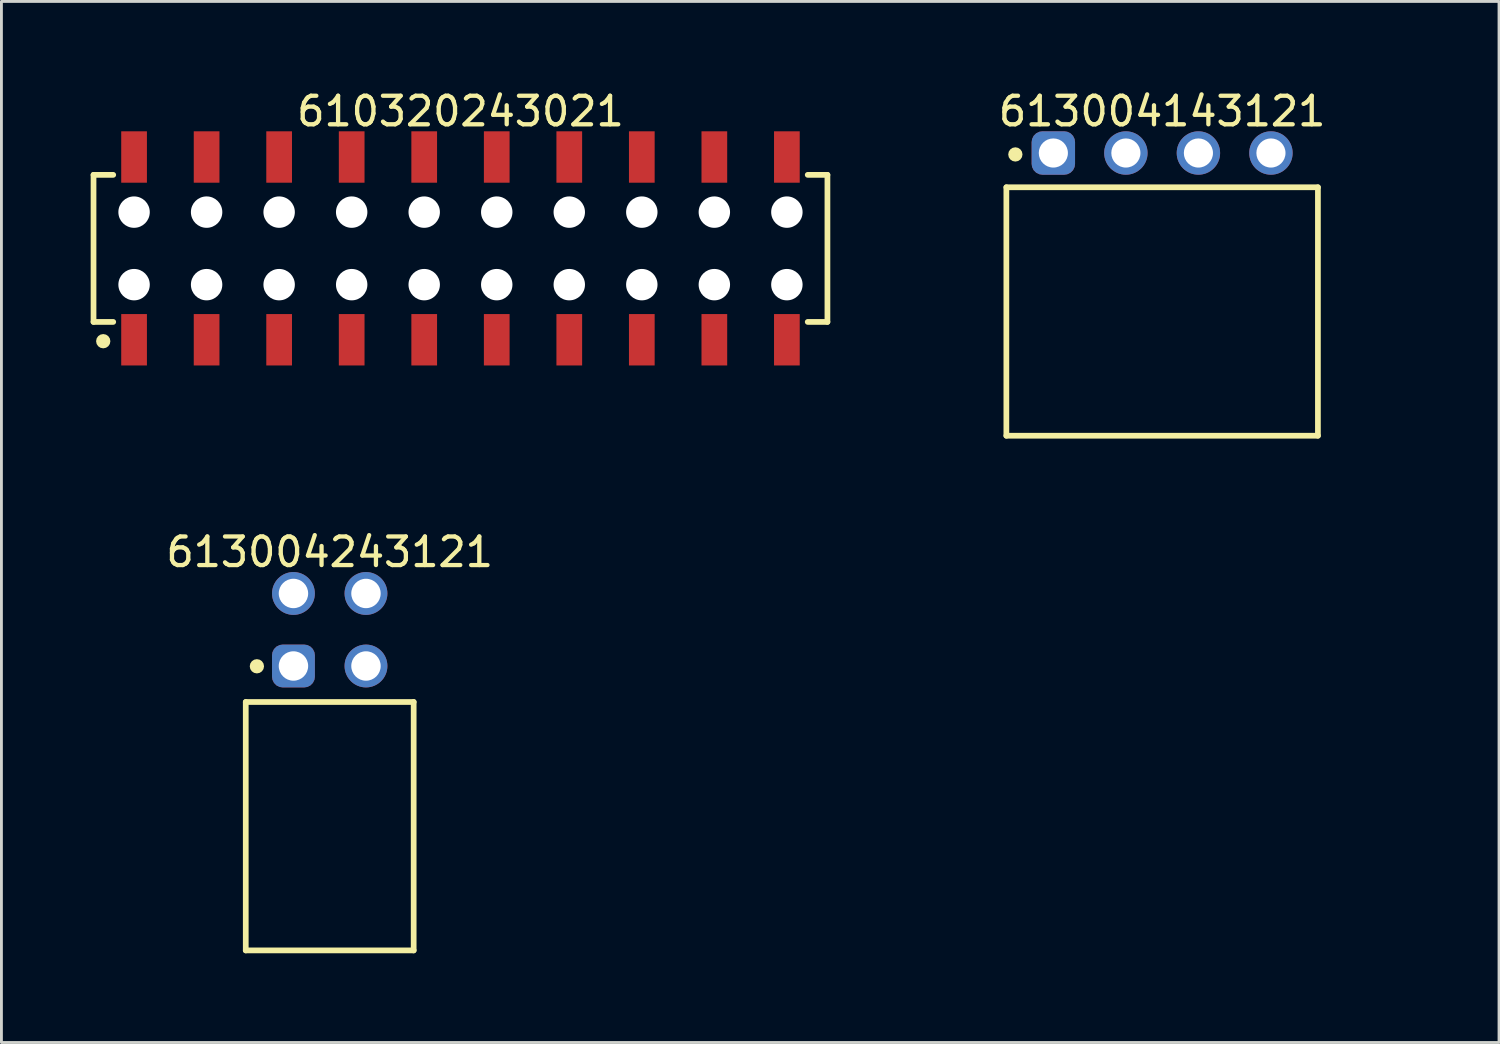
<source format=kicad_pcb>
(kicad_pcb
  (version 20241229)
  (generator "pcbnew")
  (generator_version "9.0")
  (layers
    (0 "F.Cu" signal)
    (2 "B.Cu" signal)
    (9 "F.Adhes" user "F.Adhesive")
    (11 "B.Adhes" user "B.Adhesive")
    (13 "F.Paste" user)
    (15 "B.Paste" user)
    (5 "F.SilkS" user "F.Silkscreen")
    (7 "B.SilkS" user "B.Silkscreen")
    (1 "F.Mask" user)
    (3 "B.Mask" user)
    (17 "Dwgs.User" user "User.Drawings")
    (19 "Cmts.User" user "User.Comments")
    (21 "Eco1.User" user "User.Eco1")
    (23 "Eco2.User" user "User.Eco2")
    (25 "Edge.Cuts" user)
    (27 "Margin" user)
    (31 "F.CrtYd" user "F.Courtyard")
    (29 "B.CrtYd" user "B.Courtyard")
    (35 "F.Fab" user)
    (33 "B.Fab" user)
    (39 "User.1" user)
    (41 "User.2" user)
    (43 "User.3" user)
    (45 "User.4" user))
  (footprint "613004243121"
    (layer "F.Cu")
    (at 8.496 25.882)
    (property "Reference" "613004243121" (at 0 -9.6 0) (layer "F.SilkS") (effects (font (size 1 1) (thickness 0.15))))
    (fp_line (start -2.94 -4.35) (end 2.94 -4.35) (stroke (width 0.2) (type solid)) (layer "F.SilkS"))
    (fp_line (start -2.94 4.35) (end -2.94 -4.35) (stroke (width 0.2) (type solid)) (layer "F.SilkS"))
    (fp_line (start -2.94 4.35) (end 2.94 4.35) (stroke (width 0.2) (type solid)) (layer "F.SilkS"))
    (fp_line (start 2.94 4.35) (end 2.94 -4.35) (stroke (width 0.2) (type solid)) (layer "F.SilkS"))
    (fp_circle (center -2.55 -5.6) (end -2.55 -5.725) (stroke (width 0.25) (type solid)) (fill no) (layer "F.SilkS"))
    (fp_line (start -3.14 -9.1) (end 3.14 -9.1) (stroke (width 0.05) (type solid)) (layer "Eco2.User"))
    (fp_line (start -3.14 4.55) (end -3.14 -9.1) (stroke (width 0.05) (type solid)) (layer "Eco2.User"))
    (fp_line (start -3.14 4.55) (end 3.14 4.55) (stroke (width 0.05) (type solid)) (layer "Eco2.User"))
    (fp_line (start -2.79 -4.25) (end 2.79 -4.25) (stroke (width 0.1) (type solid)) (layer "Eco2.User"))
    (fp_line (start -2.79 4.25) (end -2.79 -4.25) (stroke (width 0.1) (type solid)) (layer "Eco2.User"))
    (fp_line (start -2.79 4.25) (end 2.79 4.25) (stroke (width 0.1) (type solid)) (layer "Eco2.User"))
    (fp_line (start -1.64 -8.35) (end -0.9 -8.35) (stroke (width 0.1) (type solid)) (layer "Eco2.User"))
    (fp_line (start -1.64 -5.81) (end -0.9 -5.81) (stroke (width 0.1) (type solid)) (layer "Eco2.User"))
    (fp_line (start -1.64 -4.25) (end -1.64 -8.35) (stroke (width 0.1) (type solid)) (layer "Eco2.User"))
    (fp_line (start -0.9 -4.25) (end -0.9 -8.35) (stroke (width 0.1) (type solid)) (layer "Eco2.User"))
    (fp_line (start -0.5 0) (end 0.5 0) (stroke (width 0.05) (type solid)) (layer "Eco2.User"))
    (fp_line (start 0 0.5) (end 0 -0.5) (stroke (width 0.05) (type solid)) (layer "Eco2.User"))
    (fp_line (start 0.9 -8.35) (end 1.64 -8.35) (stroke (width 0.1) (type solid)) (layer "Eco2.User"))
    (fp_line (start 0.9 -5.81) (end 1.64 -5.81) (stroke (width 0.1) (type solid)) (layer "Eco2.User"))
    (fp_line (start 0.9 -4.25) (end 0.9 -8.35) (stroke (width 0.1) (type solid)) (layer "Eco2.User"))
    (fp_line (start 1.64 -4.25) (end 1.64 -8.35) (stroke (width 0.1) (type solid)) (layer "Eco2.User"))
    (fp_line (start 2.79 4.25) (end 2.79 -4.25) (stroke (width 0.1) (type solid)) (layer "Eco2.User"))
    (fp_line (start 3.14 4.55) (end 3.14 -9.1) (stroke (width 0.05) (type solid)) (layer "Eco2.User"))
    (fp_text user "${REFERENCE}" (at 0.15 -0.197 0) (unlocked yes) (layer "User.3") (effects (font (size 1.5 1.5) (thickness 0.15))))
    (pad "1" thru_hole roundrect (at -1.27 -5.61) (size 1.5 1.5) (drill 1.03) (layers "*.Cu" "*.Mask") (roundrect_rratio 0.25))
    (pad "2" thru_hole circle (at -1.27 -8.15) (size 1.5 1.5) (drill 1.03) (layers "*.Cu" "*.Mask"))
    (pad "3" thru_hole circle (at 1.27 -5.61) (size 1.5 1.5) (drill 1.03) (layers "*.Cu" "*.Mask"))
    (pad "4" thru_hole circle (at 1.27 -8.15) (size 1.5 1.5) (drill 1.03) (layers "*.Cu" "*.Mask")))
  (footprint "610320243021"
    (layer "F.Cu")
    (at 13.075 5.648)
    (property "Reference" "610320243021" (at 0 -4.8 0) (layer "F.SilkS") (effects (font (size 1 1) (thickness 0.15))))
    (fp_line (start -12.85 -2.575) (end -12.16 -2.575) (stroke (width 0.2) (type solid)) (layer "F.SilkS"))
    (fp_line (start -12.85 2.575) (end -12.85 -2.575) (stroke (width 0.2) (type solid)) (layer "F.SilkS"))
    (fp_line (start -12.85 2.575) (end -12.16 2.575) (stroke (width 0.2) (type solid)) (layer "F.SilkS"))
    (fp_line (start 12.16 -2.575) (end 12.85 -2.575) (stroke (width 0.2) (type solid)) (layer "F.SilkS"))
    (fp_line (start 12.16 2.575) (end 12.85 2.575) (stroke (width 0.2) (type solid)) (layer "F.SilkS"))
    (fp_line (start 12.85 2.575) (end 12.85 -2.575) (stroke (width 0.2) (type solid)) (layer "F.SilkS"))
    (fp_circle (center -12.51 3.25) (end -12.51 3.125) (stroke (width 0.25) (type solid)) (fill no) (layer "F.SilkS"))
    (fp_line (start -13.05 -4.3) (end 13.05 -4.3) (stroke (width 0.05) (type solid)) (layer "Eco2.User"))
    (fp_line (start -13.05 4.3) (end -13.05 -4.3) (stroke (width 0.05) (type solid)) (layer "Eco2.User"))
    (fp_line (start -13.05 4.3) (end 13.05 4.3) (stroke (width 0.05) (type solid)) (layer "Eco2.User"))
    (fp_line (start -12.7 -2.5) (end 12.7 -2.5) (stroke (width 0.1) (type solid)) (layer "Eco2.User"))
    (fp_line (start -12.7 2.5) (end -12.7 -2.5) (stroke (width 0.1) (type solid)) (layer "Eco2.User"))
    (fp_line (start -12.7 2.5) (end 12.7 2.5) (stroke (width 0.1) (type solid)) (layer "Eco2.User"))
    (fp_line (start -11.68 -3.6) (end -11.18 -3.6) (stroke (width 0.1) (type solid)) (layer "Eco2.User"))
    (fp_line (start -11.68 -2.5) (end -11.68 -3.6) (stroke (width 0.1) (type solid)) (layer "Eco2.User"))
    (fp_line (start -11.68 3.6) (end -11.68 2.5) (stroke (width 0.1) (type solid)) (layer "Eco2.User"))
    (fp_line (start -11.68 3.6) (end -11.18 3.6) (stroke (width 0.1) (type solid)) (layer "Eco2.User"))
    (fp_line (start -11.18 -2.5) (end -11.18 -3.6) (stroke (width 0.1) (type solid)) (layer "Eco2.User"))
    (fp_line (start -11.18 3.6) (end -11.18 2.5) (stroke (width 0.1) (type solid)) (layer "Eco2.User"))
    (fp_line (start -9.14 -3.6) (end -8.64 -3.6) (stroke (width 0.1) (type solid)) (layer "Eco2.User"))
    (fp_line (start -9.14 -2.5) (end -9.14 -3.6) (stroke (width 0.1) (type solid)) (layer "Eco2.User"))
    (fp_line (start -9.14 3.6) (end -9.14 2.5) (stroke (width 0.1) (type solid)) (layer "Eco2.User"))
    (fp_line (start -9.14 3.6) (end -8.64 3.6) (stroke (width 0.1) (type solid)) (layer "Eco2.User"))
    (fp_line (start -8.64 -2.5) (end -8.64 -3.6) (stroke (width 0.1) (type solid)) (layer "Eco2.User"))
    (fp_line (start -8.64 3.6) (end -8.64 2.5) (stroke (width 0.1) (type solid)) (layer "Eco2.User"))
    (fp_line (start -6.6 -3.6) (end -6.1 -3.6) (stroke (width 0.1) (type solid)) (layer "Eco2.User"))
    (fp_line (start -6.6 -2.5) (end -6.6 -3.6) (stroke (width 0.1) (type solid)) (layer "Eco2.User"))
    (fp_line (start -6.6 3.6) (end -6.6 2.5) (stroke (width 0.1) (type solid)) (layer "Eco2.User"))
    (fp_line (start -6.6 3.6) (end -6.1 3.6) (stroke (width 0.1) (type solid)) (layer "Eco2.User"))
    (fp_line (start -6.1 -2.5) (end -6.1 -3.6) (stroke (width 0.1) (type solid)) (layer "Eco2.User"))
    (fp_line (start -6.1 3.6) (end -6.1 2.5) (stroke (width 0.1) (type solid)) (layer "Eco2.User"))
    (fp_line (start -4.06 -3.6) (end -3.56 -3.6) (stroke (width 0.1) (type solid)) (layer "Eco2.User"))
    (fp_line (start -4.06 -2.5) (end -4.06 -3.6) (stroke (width 0.1) (type solid)) (layer "Eco2.User"))
    (fp_line (start -4.06 3.6) (end -4.06 2.5) (stroke (width 0.1) (type solid)) (layer "Eco2.User"))
    (fp_line (start -4.06 3.6) (end -3.56 3.6) (stroke (width 0.1) (type solid)) (layer "Eco2.User"))
    (fp_line (start -3.56 -2.5) (end -3.56 -3.6) (stroke (width 0.1) (type solid)) (layer "Eco2.User"))
    (fp_line (start -3.56 3.6) (end -3.56 2.5) (stroke (width 0.1) (type solid)) (layer "Eco2.User"))
    (fp_line (start -1.52 -3.6) (end -1.02 -3.6) (stroke (width 0.1) (type solid)) (layer "Eco2.User"))
    (fp_line (start -1.52 -2.5) (end -1.52 -3.6) (stroke (width 0.1) (type solid)) (layer "Eco2.User"))
    (fp_line (start -1.52 3.6) (end -1.52 2.5) (stroke (width 0.1) (type solid)) (layer "Eco2.User"))
    (fp_line (start -1.52 3.6) (end -1.02 3.6) (stroke (width 0.1) (type solid)) (layer "Eco2.User"))
    (fp_line (start -1.02 -2.5) (end -1.02 -3.6) (stroke (width 0.1) (type solid)) (layer "Eco2.User"))
    (fp_line (start -1.02 3.6) (end -1.02 2.5) (stroke (width 0.1) (type solid)) (layer "Eco2.User"))
    (fp_line (start -0.5 0) (end 0.5 0) (stroke (width 0.05) (type solid)) (layer "Eco2.User"))
    (fp_line (start 0 0.5) (end 0 -0.5) (stroke (width 0.05) (type solid)) (layer "Eco2.User"))
    (fp_line (start 1.02 -3.6) (end 1.52 -3.6) (stroke (width 0.1) (type solid)) (layer "Eco2.User"))
    (fp_line (start 1.02 -2.5) (end 1.02 -3.6) (stroke (width 0.1) (type solid)) (layer "Eco2.User"))
    (fp_line (start 1.02 3.6) (end 1.02 2.5) (stroke (width 0.1) (type solid)) (layer "Eco2.User"))
    (fp_line (start 1.02 3.6) (end 1.52 3.6) (stroke (width 0.1) (type solid)) (layer "Eco2.User"))
    (fp_line (start 1.52 -2.5) (end 1.52 -3.6) (stroke (width 0.1) (type solid)) (layer "Eco2.User"))
    (fp_line (start 1.52 3.6) (end 1.52 2.5) (stroke (width 0.1) (type solid)) (layer "Eco2.User"))
    (fp_line (start 3.56 -3.6) (end 4.06 -3.6) (stroke (width 0.1) (type solid)) (layer "Eco2.User"))
    (fp_line (start 3.56 -2.5) (end 3.56 -3.6) (stroke (width 0.1) (type solid)) (layer "Eco2.User"))
    (fp_line (start 3.56 3.6) (end 3.56 2.5) (stroke (width 0.1) (type solid)) (layer "Eco2.User"))
    (fp_line (start 3.56 3.6) (end 4.06 3.6) (stroke (width 0.1) (type solid)) (layer "Eco2.User"))
    (fp_line (start 4.06 -2.5) (end 4.06 -3.6) (stroke (width 0.1) (type solid)) (layer "Eco2.User"))
    (fp_line (start 4.06 3.6) (end 4.06 2.5) (stroke (width 0.1) (type solid)) (layer "Eco2.User"))
    (fp_line (start 6.1 -3.6) (end 6.6 -3.6) (stroke (width 0.1) (type solid)) (layer "Eco2.User"))
    (fp_line (start 6.1 -2.5) (end 6.1 -3.6) (stroke (width 0.1) (type solid)) (layer "Eco2.User"))
    (fp_line (start 6.1 3.6) (end 6.1 2.5) (stroke (width 0.1) (type solid)) (layer "Eco2.User"))
    (fp_line (start 6.1 3.6) (end 6.6 3.6) (stroke (width 0.1) (type solid)) (layer "Eco2.User"))
    (fp_line (start 6.6 -2.5) (end 6.6 -3.6) (stroke (width 0.1) (type solid)) (layer "Eco2.User"))
    (fp_line (start 6.6 3.6) (end 6.6 2.5) (stroke (width 0.1) (type solid)) (layer "Eco2.User"))
    (fp_line (start 8.64 -3.6) (end 9.14 -3.6) (stroke (width 0.1) (type solid)) (layer "Eco2.User"))
    (fp_line (start 8.64 -2.5) (end 8.64 -3.6) (stroke (width 0.1) (type solid)) (layer "Eco2.User"))
    (fp_line (start 8.64 3.6) (end 8.64 2.5) (stroke (width 0.1) (type solid)) (layer "Eco2.User"))
    (fp_line (start 8.64 3.6) (end 9.14 3.6) (stroke (width 0.1) (type solid)) (layer "Eco2.User"))
    (fp_line (start 9.14 -2.5) (end 9.14 -3.6) (stroke (width 0.1) (type solid)) (layer "Eco2.User"))
    (fp_line (start 9.14 3.6) (end 9.14 2.5) (stroke (width 0.1) (type solid)) (layer "Eco2.User"))
    (fp_line (start 11.18 -3.6) (end 11.68 -3.6) (stroke (width 0.1) (type solid)) (layer "Eco2.User"))
    (fp_line (start 11.18 -2.5) (end 11.18 -3.6) (stroke (width 0.1) (type solid)) (layer "Eco2.User"))
    (fp_line (start 11.18 3.6) (end 11.18 2.5) (stroke (width 0.1) (type solid)) (layer "Eco2.User"))
    (fp_line (start 11.18 3.6) (end 11.68 3.6) (stroke (width 0.1) (type solid)) (layer "Eco2.User"))
    (fp_line (start 11.68 -2.5) (end 11.68 -3.6) (stroke (width 0.1) (type solid)) (layer "Eco2.User"))
    (fp_line (start 11.68 3.6) (end 11.68 2.5) (stroke (width 0.1) (type solid)) (layer "Eco2.User"))
    (fp_line (start 12.7 2.5) (end 12.7 -2.5) (stroke (width 0.1) (type solid)) (layer "Eco2.User"))
    (fp_line (start 13.05 4.3) (end 13.05 -4.3) (stroke (width 0.05) (type solid)) (layer "Eco2.User"))
    (fp_text user "${REFERENCE}" (at 0.15 -0.197 0) (unlocked yes) (layer "User.3") (effects (font (size 1.5 1.5) (thickness 0.15))))
    (pad "" np_thru_hole circle (at -11.43 -1.27) (size 1.1 1.1) (drill 1.1) (layers "*.Cu" "*.Mask"))
    (pad "" np_thru_hole circle (at -11.43 1.27) (size 1.1 1.1) (drill 1.1) (layers "*.Cu" "*.Mask"))
    (pad "" np_thru_hole circle (at -8.89 -1.27) (size 1.1 1.1) (drill 1.1) (layers "*.Cu" "*.Mask"))
    (pad "" np_thru_hole circle (at -8.89 1.27) (size 1.1 1.1) (drill 1.1) (layers "*.Cu" "*.Mask"))
    (pad "" np_thru_hole circle (at -6.35 -1.27) (size 1.1 1.1) (drill 1.1) (layers "*.Cu" "*.Mask"))
    (pad "" np_thru_hole circle (at -6.35 1.27) (size 1.1 1.1) (drill 1.1) (layers "*.Cu" "*.Mask"))
    (pad "" np_thru_hole circle (at -3.81 -1.27) (size 1.1 1.1) (drill 1.1) (layers "*.Cu" "*.Mask"))
    (pad "" np_thru_hole circle (at -3.81 1.27) (size 1.1 1.1) (drill 1.1) (layers "*.Cu" "*.Mask"))
    (pad "" np_thru_hole circle (at -1.27 -1.27) (size 1.1 1.1) (drill 1.1) (layers "*.Cu" "*.Mask"))
    (pad "" np_thru_hole circle (at -1.27 1.27) (size 1.1 1.1) (drill 1.1) (layers "*.Cu" "*.Mask"))
    (pad "" np_thru_hole circle (at 1.27 -1.27) (size 1.1 1.1) (drill 1.1) (layers "*.Cu" "*.Mask"))
    (pad "" np_thru_hole circle (at 1.27 1.27) (size 1.1 1.1) (drill 1.1) (layers "*.Cu" "*.Mask"))
    (pad "" np_thru_hole circle (at 3.81 -1.27) (size 1.1 1.1) (drill 1.1) (layers "*.Cu" "*.Mask"))
    (pad "" np_thru_hole circle (at 3.81 1.27) (size 1.1 1.1) (drill 1.1) (layers "*.Cu" "*.Mask"))
    (pad "" np_thru_hole circle (at 6.35 -1.27) (size 1.1 1.1) (drill 1.1) (layers "*.Cu" "*.Mask"))
    (pad "" np_thru_hole circle (at 6.35 1.27) (size 1.1 1.1) (drill 1.1) (layers "*.Cu" "*.Mask"))
    (pad "" np_thru_hole circle (at 8.89 -1.27) (size 1.1 1.1) (drill 1.1) (layers "*.Cu" "*.Mask"))
    (pad "" np_thru_hole circle (at 8.89 1.27) (size 1.1 1.1) (drill 1.1) (layers "*.Cu" "*.Mask"))
    (pad "" np_thru_hole circle (at 11.43 -1.27) (size 1.1 1.1) (drill 1.1) (layers "*.Cu" "*.Mask"))
    (pad "" np_thru_hole circle (at 11.43 1.27) (size 1.1 1.1) (drill 1.1) (layers "*.Cu" "*.Mask"))
    (pad "1" smd rect (at -11.43 3.2) (size 0.9 1.8) (layers "F.Cu" "F.Mask" "F.Paste"))
    (pad "2" smd rect (at -11.43 -3.2) (size 0.9 1.8) (layers "F.Cu" "F.Mask" "F.Paste"))
    (pad "3" smd rect (at -8.89 3.2) (size 0.9 1.8) (layers "F.Cu" "F.Mask" "F.Paste"))
    (pad "4" smd rect (at -8.89 -3.2) (size 0.9 1.8) (layers "F.Cu" "F.Mask" "F.Paste"))
    (pad "5" smd rect (at -6.35 3.2) (size 0.9 1.8) (layers "F.Cu" "F.Mask" "F.Paste"))
    (pad "6" smd rect (at -6.35 -3.2) (size 0.9 1.8) (layers "F.Cu" "F.Mask" "F.Paste"))
    (pad "7" smd rect (at -3.81 3.2) (size 0.9 1.8) (layers "F.Cu" "F.Mask" "F.Paste"))
    (pad "8" smd rect (at -3.81 -3.2) (size 0.9 1.8) (layers "F.Cu" "F.Mask" "F.Paste"))
    (pad "9" smd rect (at -1.27 3.2) (size 0.9 1.8) (layers "F.Cu" "F.Mask" "F.Paste"))
    (pad "10" smd rect (at -1.27 -3.2) (size 0.9 1.8) (layers "F.Cu" "F.Mask" "F.Paste"))
    (pad "11" smd rect (at 1.27 3.2) (size 0.9 1.8) (layers "F.Cu" "F.Mask" "F.Paste"))
    (pad "12" smd rect (at 1.27 -3.2) (size 0.9 1.8) (layers "F.Cu" "F.Mask" "F.Paste"))
    (pad "13" smd rect (at 3.81 3.2) (size 0.9 1.8) (layers "F.Cu" "F.Mask" "F.Paste"))
    (pad "14" smd rect (at 3.81 -3.2) (size 0.9 1.8) (layers "F.Cu" "F.Mask" "F.Paste"))
    (pad "15" smd rect (at 6.35 3.2) (size 0.9 1.8) (layers "F.Cu" "F.Mask" "F.Paste"))
    (pad "16" smd rect (at 6.35 -3.2) (size 0.9 1.8) (layers "F.Cu" "F.Mask" "F.Paste"))
    (pad "17" smd rect (at 8.89 3.2) (size 0.9 1.8) (layers "F.Cu" "F.Mask" "F.Paste"))
    (pad "18" smd rect (at 8.89 -3.2) (size 0.9 1.8) (layers "F.Cu" "F.Mask" "F.Paste"))
    (pad "19" smd rect (at 11.43 3.2) (size 0.9 1.8) (layers "F.Cu" "F.Mask" "F.Paste"))
    (pad "20" smd rect (at 11.43 -3.2) (size 0.9 1.8) (layers "F.Cu" "F.Mask" "F.Paste")))
  (footprint "613004143121"
    (layer "F.Cu")
    (at 37.646 7.858)
    (property "Reference" "613004143121" (at 0 -7.01 0) (layer "F.SilkS") (effects (font (size 1 1) (thickness 0.15))))
    (fp_line (start -5.455 -4.35) (end 5.455 -4.35) (stroke (width 0.2) (type solid)) (layer "F.SilkS"))
    (fp_line (start -5.455 4.35) (end -5.455 -4.35) (stroke (width 0.2) (type solid)) (layer "F.SilkS"))
    (fp_line (start -5.455 4.35) (end 5.455 4.35) (stroke (width 0.2) (type solid)) (layer "F.SilkS"))
    (fp_line (start 5.455 4.35) (end 5.455 -4.35) (stroke (width 0.2) (type solid)) (layer "F.SilkS"))
    (fp_circle (center -5.14 -5.5) (end -5.14 -5.625) (stroke (width 0.25) (type solid)) (fill no) (layer "F.SilkS"))
    (fp_line (start -5.655 -6.51) (end 5.655 -6.51) (stroke (width 0.05) (type solid)) (layer "Eco2.User"))
    (fp_line (start -5.655 4.55) (end -5.655 -6.51) (stroke (width 0.05) (type solid)) (layer "Eco2.User"))
    (fp_line (start -5.655 4.55) (end 5.655 4.55) (stroke (width 0.05) (type solid)) (layer "Eco2.User"))
    (fp_line (start -5.33 -4.25) (end 5.33 -4.25) (stroke (width 0.1) (type solid)) (layer "Eco2.User"))
    (fp_line (start -5.33 4.25) (end -5.33 -4.25) (stroke (width 0.1) (type solid)) (layer "Eco2.User"))
    (fp_line (start -5.33 4.25) (end 5.33 4.25) (stroke (width 0.1) (type solid)) (layer "Eco2.User"))
    (fp_line (start -4.18 -5.75) (end -3.44 -5.75) (stroke (width 0.1) (type solid)) (layer "Eco2.User"))
    (fp_line (start -4.18 -4.25) (end -4.18 -5.75) (stroke (width 0.1) (type solid)) (layer "Eco2.User"))
    (fp_line (start -3.44 -4.25) (end -3.44 -5.75) (stroke (width 0.1) (type solid)) (layer "Eco2.User"))
    (fp_line (start -1.64 -5.75) (end -0.9 -5.75) (stroke (width 0.1) (type solid)) (layer "Eco2.User"))
    (fp_line (start -1.64 -4.25) (end -1.64 -5.75) (stroke (width 0.1) (type solid)) (layer "Eco2.User"))
    (fp_line (start -0.9 -4.25) (end -0.9 -5.75) (stroke (width 0.1) (type solid)) (layer "Eco2.User"))
    (fp_line (start -0.5 0) (end 0.5 0) (stroke (width 0.05) (type solid)) (layer "Eco2.User"))
    (fp_line (start 0 0.5) (end 0 -0.5) (stroke (width 0.05) (type solid)) (layer "Eco2.User"))
    (fp_line (start 0.9 -5.75) (end 1.64 -5.75) (stroke (width 0.1) (type solid)) (layer "Eco2.User"))
    (fp_line (start 0.9 -4.25) (end 0.9 -5.75) (stroke (width 0.1) (type solid)) (layer "Eco2.User"))
    (fp_line (start 1.64 -4.25) (end 1.64 -5.75) (stroke (width 0.1) (type solid)) (layer "Eco2.User"))
    (fp_line (start 3.44 -5.75) (end 4.18 -5.75) (stroke (width 0.1) (type solid)) (layer "Eco2.User"))
    (fp_line (start 3.44 -4.25) (end 3.44 -5.75) (stroke (width 0.1) (type solid)) (layer "Eco2.User"))
    (fp_line (start 4.18 -4.25) (end 4.18 -5.75) (stroke (width 0.1) (type solid)) (layer "Eco2.User"))
    (fp_line (start 5.33 4.25) (end 5.33 -4.25) (stroke (width 0.1) (type solid)) (layer "Eco2.User"))
    (fp_line (start 5.655 4.55) (end 5.655 -6.51) (stroke (width 0.05) (type solid)) (layer "Eco2.User"))
    (fp_text user "${REFERENCE}" (at 0.15 -0.197 0) (unlocked yes) (layer "User.3") (effects (font (size 1.5 1.5) (thickness 0.15))))
    (pad "1" thru_hole roundrect (at -3.81 -5.55) (size 1.52 1.52) (drill 1.02) (layers "*.Cu" "*.Mask") (roundrect_rratio 0.25))
    (pad "2" thru_hole circle (at -1.27 -5.55) (size 1.52 1.52) (drill 1.02) (layers "*.Cu" "*.Mask"))
    (pad "3" thru_hole circle (at 1.27 -5.55) (size 1.52 1.52) (drill 1.02) (layers "*.Cu" "*.Mask"))
    (pad "4" thru_hole circle (at 3.81 -5.55) (size 1.52 1.52) (drill 1.02) (layers "*.Cu" "*.Mask")))
  (gr_rect
    (start -3 -3)
    (end 49.443 33.457)
    (stroke (width 0.1) (type default))
    (fill no)
    (layer "Edge.Cuts")))
</source>
